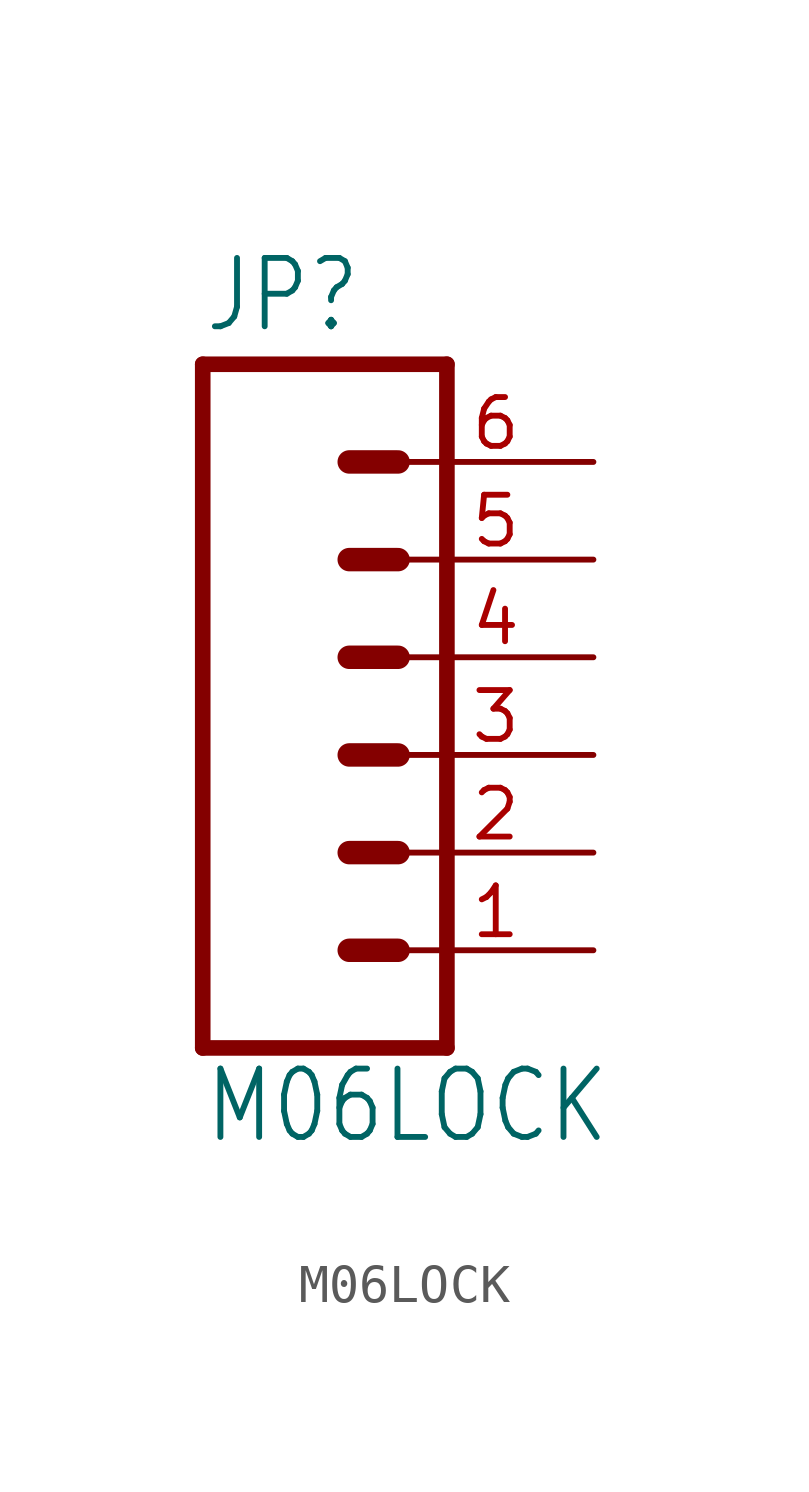
<source format=kicad_sym>
(kicad_symbol_lib
  (version 20211014)
  (generator kicad_symbol_editor)
  (symbol "M06LOCK"
    (property "Reference" "JP"
      (at -5.08 10.922 0)
      (effects (font (size 1.778 1.511)) (justify left bottom)))
    (property "Value" "M06LOCK"
      (at -5.08 -10.16 0)
      (effects (font (size 1.778 1.511)) (justify left bottom)))
    (property "ki_locked" ""
      (at 0 0 0)
      (effects (font (size 1.27 1.27))))
    (symbol "M06LOCK_1_0"
      (polyline (pts (xy -5.08 10.16) (xy -5.08 -7.62)) (stroke (width 0.406) (type default) (color 0 0 0 0)) (fill (type none)))
      (polyline (pts (xy -5.08 10.16) (xy 1.27 10.16)) (stroke (width 0.406) (type default) (color 0 0 0 0)) (fill (type none)))
      (polyline (pts (xy -1.27 -5.08) (xy 0 -5.08)) (stroke (width 0.61) (type default) (color 0 0 0 0)) (fill (type none)))
      (polyline (pts (xy -1.27 -2.54) (xy 0 -2.54)) (stroke (width 0.61) (type default) (color 0 0 0 0)) (fill (type none)))
      (polyline (pts (xy -1.27 0) (xy 0 0)) (stroke (width 0.61) (type default) (color 0 0 0 0)) (fill (type none)))
      (polyline (pts (xy -1.27 2.54) (xy 0 2.54)) (stroke (width 0.61) (type default) (color 0 0 0 0)) (fill (type none)))
      (polyline (pts (xy -1.27 5.08) (xy 0 5.08)) (stroke (width 0.61) (type default) (color 0 0 0 0)) (fill (type none)))
      (polyline (pts (xy -1.27 7.62) (xy 0 7.62)) (stroke (width 0.61) (type default) (color 0 0 0 0)) (fill (type none)))
      (polyline (pts (xy 1.27 -7.62) (xy -5.08 -7.62)) (stroke (width 0.406) (type default) (color 0 0 0 0)) (fill (type none)))
      (polyline (pts (xy 1.27 -7.62) (xy 1.27 10.16)) (stroke (width 0.406) (type default) (color 0 0 0 0)) (fill (type none)))
      (pin passive line (at 5.08 -5.08 180) (length 5.08) (name "1" (effects (font (size 0 0)))) (number "1" (effects (font (size 1.27 1.27)))))
      (pin passive line (at 5.08 -2.54 180) (length 5.08) (name "2" (effects (font (size 0 0)))) (number "2" (effects (font (size 1.27 1.27)))))
      (pin passive line (at 5.08 0 180) (length 5.08) (name "3" (effects (font (size 0 0)))) (number "3" (effects (font (size 1.27 1.27)))))
      (pin passive line (at 5.08 2.54 180) (length 5.08) (name "4" (effects (font (size 0 0)))) (number "4" (effects (font (size 1.27 1.27)))))
      (pin passive line (at 5.08 5.08 180) (length 5.08) (name "5" (effects (font (size 0 0)))) (number "5" (effects (font (size 1.27 1.27)))))
      (pin passive line (at 5.08 7.62 180) (length 5.08) (name "6" (effects (font (size 0 0)))) (number "6" (effects (font (size 1.27 1.27))))))))
</source>
